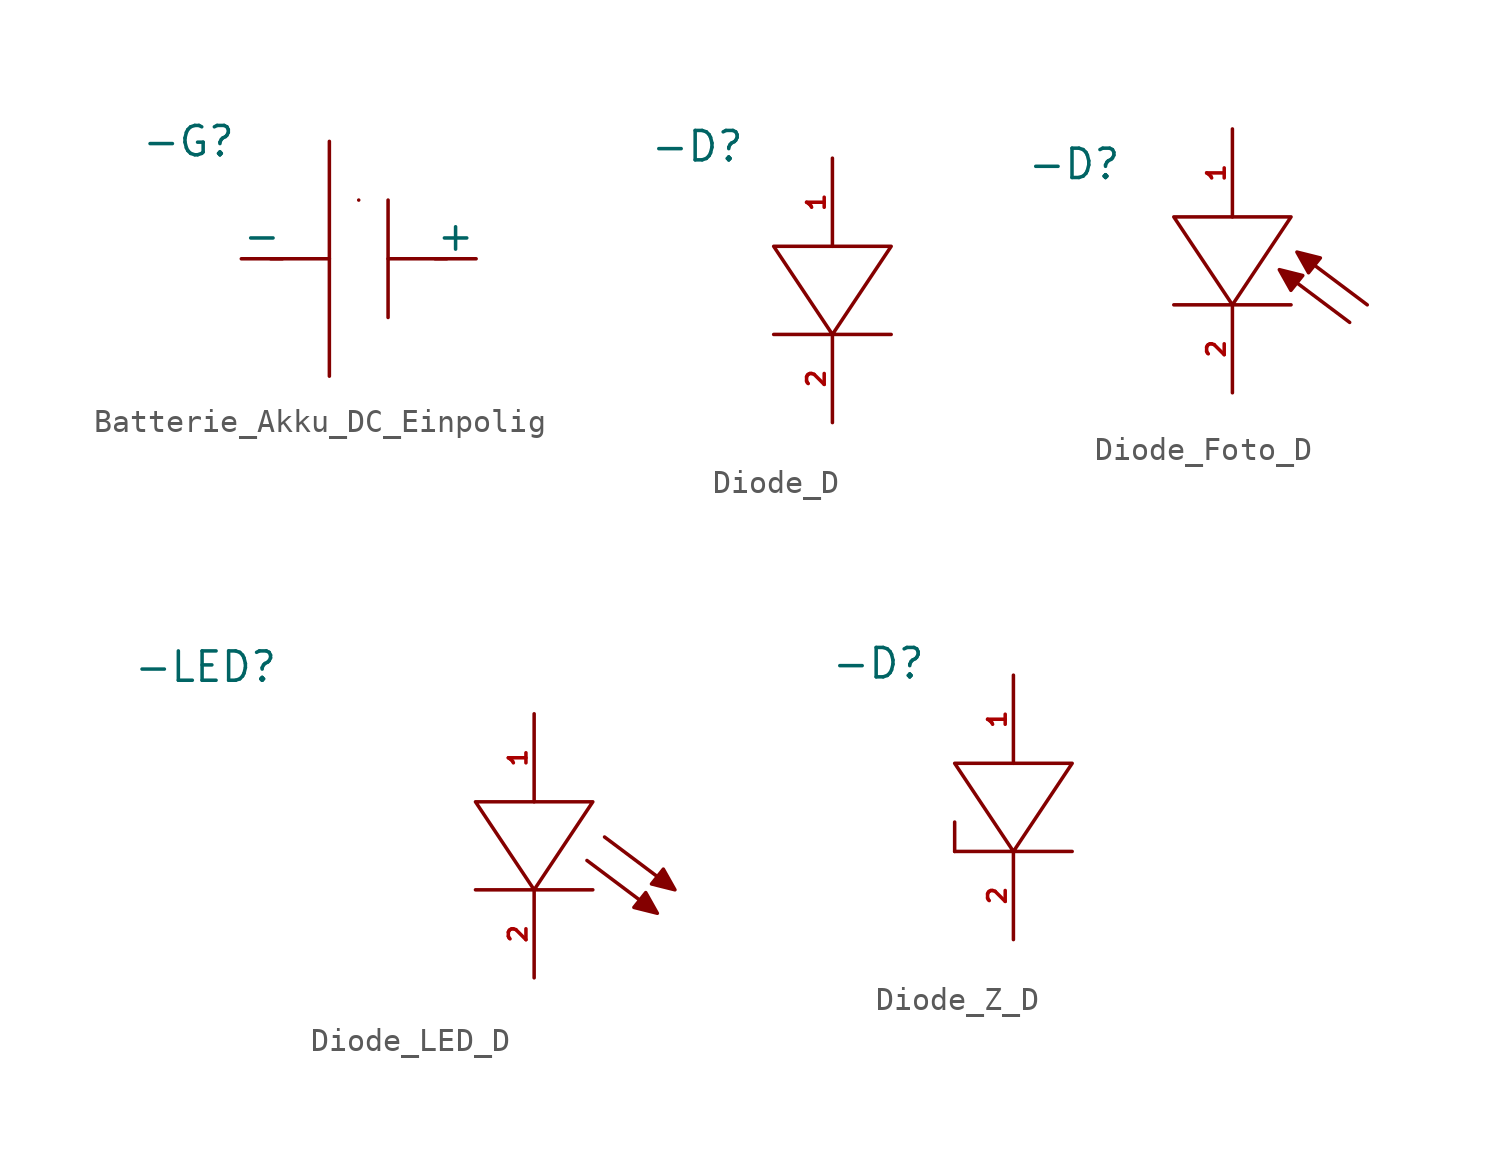
<source format=kicad_sym>
(kicad_symbol_lib
  (version 20241209)
  (generator "kicad_symbol_editor")
  (generator_version "9.0")
  (symbol "Batterie_Akku_DC_Einpolig"
    (power)
    (pin_numbers
      (hide yes))
    (pin_names
      (offset 0))
    (property "Reference" "-G"
      (at -7.366 5.08 0)
      (effects (font (size 1.27 1.27))))
    (symbol "Batterie_Akku_DC_Einpolig_0_1"
      (polyline (pts (xy -3.81 0) (xy -1.27 0)) (stroke (width 0) (type default)) (fill (type none)))
      (polyline (pts (xy -1.27 5.08) (xy -1.27 -5.08)) (stroke (width 0) (type default)) (fill (type none)))
      (polyline (pts (xy 0 2.54) (xy 0 2.54)) (stroke (width 0) (type default)) (fill (type none)))
      (polyline (pts (xy 1.27 2.54) (xy 1.27 -2.54)) (stroke (width 0) (type default)) (fill (type none)))
      (polyline (pts (xy 1.27 0) (xy 3.81 0)) (stroke (width 0) (type default)) (fill (type none))))
    (symbol "Batterie_Akku_DC_Einpolig_1_1"
      (pin unspecified line (at -5.08 0 0) (length 1.778) (name "-" (effects (font (size 1.27 1.27)))) (number "-" (effects (font (size 1.27 1.27)))))
      (pin unspecified line (at 5.08 0 180) (length 1.778) (name "+" (effects (font (size 1.27 1.27)))) (number "+" (effects (font (size 1.27 1.27)))))))
  (symbol "Diode_D"
    (pin_names
      (offset 0)
      (hide yes))
    (property "Reference" "-D"
      (at -5.842 4.318 0)
      (effects (font (size 1.27 1.27))))
    (property "Value" ""
      (at 0 0 0)
      (effects (font (size 1.27 1.27))))
    (symbol "Diode_D_1_1"
      (polyline (pts (xy 2.54 -3.81) (xy 0 -3.81) (xy -2.54 0) (xy 2.54 0) (xy 0 -3.81) (xy -2.54 -3.81)) (stroke (width 0) (type solid)) (fill (type none)))
      (pin input line (at 0 3.81 270) (length 3.81) (name "Anode" (effects (font (size 0.762 0.762)))) (number "1" (effects (font (size 0.762 0.762)))))
      (pin output line (at 0 -7.62 90) (length 3.81) (name "Kathode" (effects (font (size 0.762 0.762)))) (number "2" (effects (font (size 0.762 0.762)))))))
  (symbol "Diode_Foto_D"
    (pin_names
      (offset 0)
      (hide yes))
    (property "Reference" "-D"
      (at -6.858 6.096 0)
      (effects (font (size 1.27 1.27))))
    (property "Value" ""
      (at 0 0 0)
      (effects (font (size 1.27 1.27))))
    (symbol "Diode_Foto_D_1_1"
      (polyline (pts (xy 2.54 0) (xy 0 0) (xy -2.54 3.81) (xy 2.54 3.81) (xy 0 0) (xy -2.54 0)) (stroke (width 0) (type solid)) (fill (type none)))
      (polyline (pts (xy 5.08 -0.762) (xy 2.032 1.524) (xy 2.535 0.628) (xy 3.048 1.27) (xy 2.032 1.524)) (stroke (width 0) (type solid)) (fill (type outline)))
      (polyline (pts (xy 5.842 0) (xy 2.794 2.286) (xy 3.297 1.39) (xy 3.81 2.032) (xy 2.794 2.286)) (stroke (width 0) (type solid)) (fill (type outline)))
      (pin input line (at 0 7.62 270) (length 3.81) (name "Anode" (effects (font (size 0.762 0.762)))) (number "1" (effects (font (size 0.762 0.762)))))
      (pin output line (at 0 -3.81 90) (length 3.81) (name "Kathode" (effects (font (size 0.762 0.762)))) (number "2" (effects (font (size 0.762 0.762)))))))
  (symbol "Diode_LED_D"
    (pin_names
      (offset 0)
      (hide yes))
    (property "Reference" "-LED"
      (at -14.224 9.652 0)
      (effects (font (size 1.27 1.27))))
    (property "Value" ""
      (at 0 0 0)
      (effects (font (size 1.27 1.27))))
    (symbol "Diode_LED_D_1_1"
      (polyline (pts (xy 2.286 1.27) (xy 5.334 -1.016) (xy 4.831 -0.12) (xy 4.318 -0.762) (xy 5.334 -1.016)) (stroke (width 0) (type solid)) (fill (type outline)))
      (polyline (pts (xy 2.54 0) (xy 0 0) (xy -2.54 3.81) (xy 2.54 3.81) (xy 0 0) (xy -2.54 0)) (stroke (width 0) (type solid)) (fill (type none)))
      (polyline (pts (xy 3.048 2.286) (xy 6.096 0) (xy 5.593 0.896) (xy 5.08 0.254) (xy 6.096 0)) (stroke (width 0) (type solid)) (fill (type outline)))
      (pin input line (at 0 7.62 270) (length 3.81) (name "Anode" (effects (font (size 0.762 0.762)))) (number "1" (effects (font (size 0.762 0.762)))))
      (pin output line (at 0 -3.81 90) (length 3.81) (name "Kathode" (effects (font (size 0.762 0.762)))) (number "2" (effects (font (size 0.762 0.762)))))))
  (symbol "Diode_Z_D"
    (pin_names
      (offset 0)
      (hide yes))
    (property "Reference" "-D"
      (at -5.842 4.318 0)
      (effects (font (size 1.27 1.27))))
    (property "Value" ""
      (at 0 0 0)
      (effects (font (size 1.27 1.27))))
    (symbol "Diode_Z_D_0_1"
      (polyline (pts (xy -2.54 -3.81) (xy -2.54 -2.54)) (stroke (width 0) (type default)) (fill (type none))))
    (symbol "Diode_Z_D_1_1"
      (polyline (pts (xy 2.54 -3.81) (xy 0 -3.81) (xy -2.54 0) (xy 2.54 0) (xy 0 -3.81) (xy -2.54 -3.81)) (stroke (width 0) (type solid)) (fill (type none)))
      (pin input line (at 0 3.81 270) (length 3.81) (name "Anode" (effects (font (size 0.762 0.762)))) (number "1" (effects (font (size 0.762 0.762)))))
      (pin output line (at 0 -7.62 90) (length 3.81) (name "Kathode" (effects (font (size 0.762 0.762)))) (number "2" (effects (font (size 0.762 0.762))))))))
</source>
